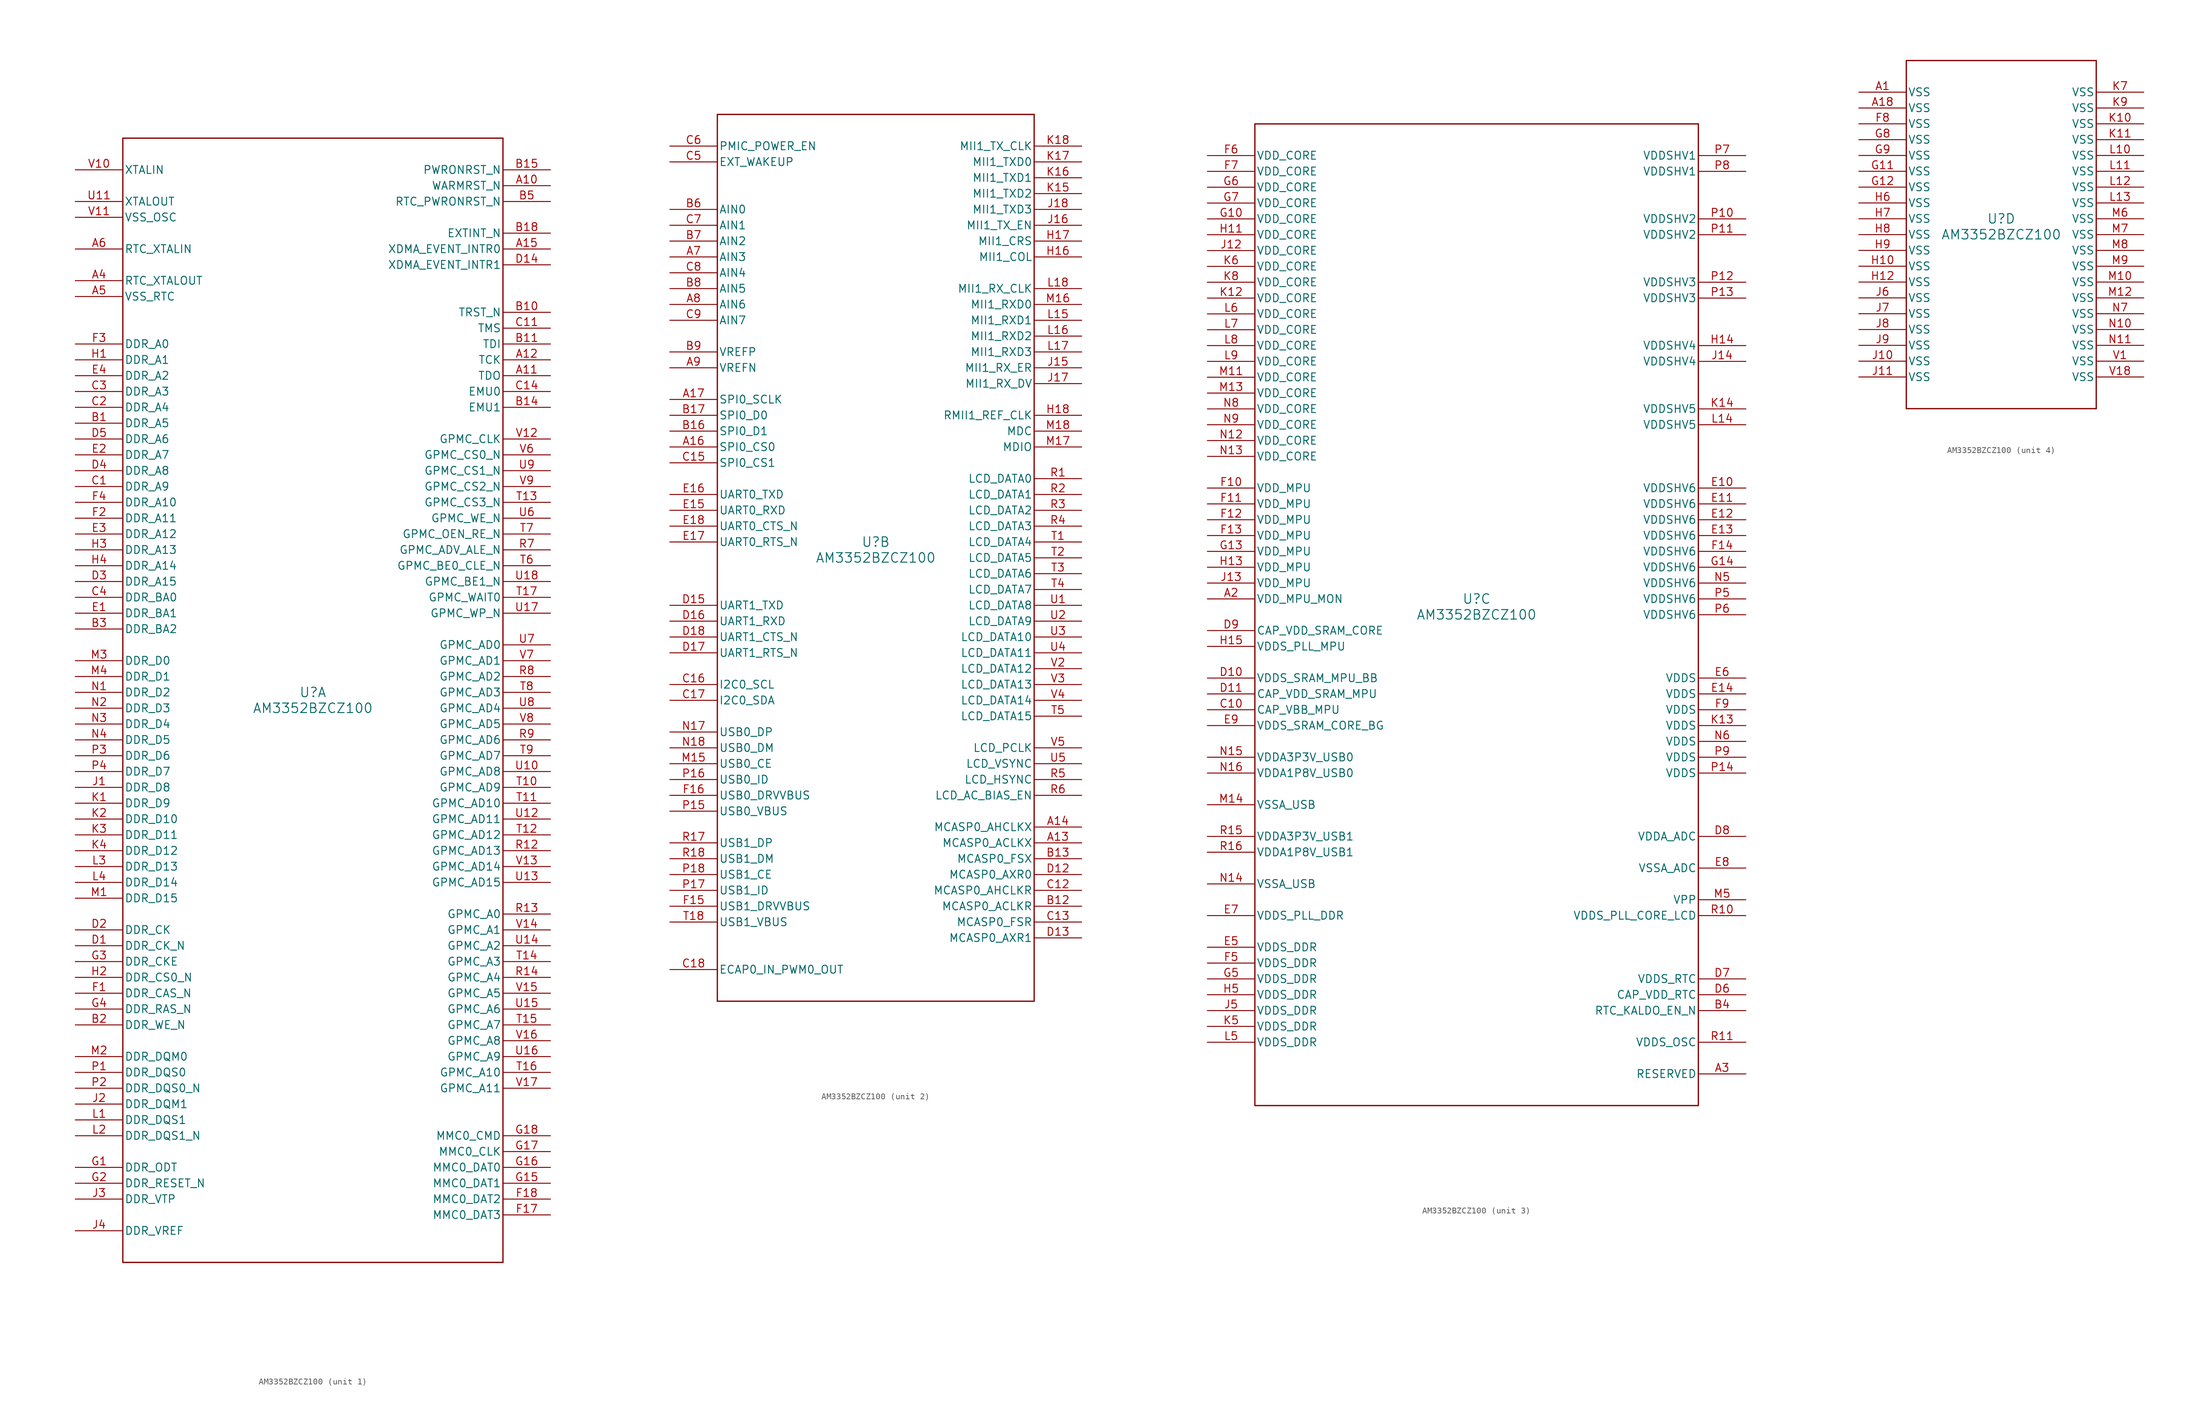
<source format=kicad_sym>
(kicad_symbol_lib
  (version 20241209)
  (generator "kicad_symbol_editor")
  (generator_version "9.0")
  (symbol "AM3352BZCZ100"
    (pin_names
      (offset 0.254))
    (property "Reference" "U"
      (at 0 2.54 0)
      (effects (font (size 1.524 1.524))))
    (property "Value" "AM3352BZCZ100"
      (at 0 0 0)
      (effects (font (size 1.524 1.524))))
    (property "ki_locked" ""
      (at 0 0 0)
      (effects (font (size 1.27 1.27))))
    (symbol "AM3352BZCZ100_1_1"
      (polyline (pts (xy -30.48 91.44) (xy -30.48 -88.9)) (stroke (width 0.203) (type default)) (fill (type none)))
      (polyline (pts (xy -30.48 -88.9) (xy 30.48 -88.9)) (stroke (width 0.203) (type default)) (fill (type none)))
      (polyline (pts (xy 30.48 91.44) (xy -30.48 91.44)) (stroke (width 0.203) (type default)) (fill (type none)))
      (polyline (pts (xy 30.48 -88.9) (xy 30.48 91.44)) (stroke (width 0.203) (type default)) (fill (type none)))
      (pin input line (at -38.1 86.36 0) (length 7.62) (name "XTALIN" (effects (font (size 1.27 1.27)))) (number "V10" (effects (font (size 1.27 1.27)))))
      (pin output line (at -38.1 81.28 0) (length 7.62) (name "XTALOUT" (effects (font (size 1.27 1.27)))) (number "U11" (effects (font (size 1.27 1.27)))))
      (pin power_in line (at -38.1 78.74 0) (length 7.62) (name "VSS_OSC" (effects (font (size 1.27 1.27)))) (number "V11" (effects (font (size 1.27 1.27)))))
      (pin input line (at -38.1 73.66 0) (length 7.62) (name "RTC_XTALIN" (effects (font (size 1.27 1.27)))) (number "A6" (effects (font (size 1.27 1.27)))))
      (pin output line (at -38.1 68.58 0) (length 7.62) (name "RTC_XTALOUT" (effects (font (size 1.27 1.27)))) (number "A4" (effects (font (size 1.27 1.27)))))
      (pin power_in line (at -38.1 66.04 0) (length 7.62) (name "VSS_RTC" (effects (font (size 1.27 1.27)))) (number "A5" (effects (font (size 1.27 1.27)))))
      (pin output line (at -38.1 58.42 0) (length 7.62) (name "DDR_A0" (effects (font (size 1.27 1.27)))) (number "F3" (effects (font (size 1.27 1.27)))))
      (pin output line (at -38.1 55.88 0) (length 7.62) (name "DDR_A1" (effects (font (size 1.27 1.27)))) (number "H1" (effects (font (size 1.27 1.27)))))
      (pin output line (at -38.1 53.34 0) (length 7.62) (name "DDR_A2" (effects (font (size 1.27 1.27)))) (number "E4" (effects (font (size 1.27 1.27)))))
      (pin output line (at -38.1 50.8 0) (length 7.62) (name "DDR_A3" (effects (font (size 1.27 1.27)))) (number "C3" (effects (font (size 1.27 1.27)))))
      (pin output line (at -38.1 48.26 0) (length 7.62) (name "DDR_A4" (effects (font (size 1.27 1.27)))) (number "C2" (effects (font (size 1.27 1.27)))))
      (pin output line (at -38.1 45.72 0) (length 7.62) (name "DDR_A5" (effects (font (size 1.27 1.27)))) (number "B1" (effects (font (size 1.27 1.27)))))
      (pin output line (at -38.1 43.18 0) (length 7.62) (name "DDR_A6" (effects (font (size 1.27 1.27)))) (number "D5" (effects (font (size 1.27 1.27)))))
      (pin output line (at -38.1 40.64 0) (length 7.62) (name "DDR_A7" (effects (font (size 1.27 1.27)))) (number "E2" (effects (font (size 1.27 1.27)))))
      (pin output line (at -38.1 38.1 0) (length 7.62) (name "DDR_A8" (effects (font (size 1.27 1.27)))) (number "D4" (effects (font (size 1.27 1.27)))))
      (pin output line (at -38.1 35.56 0) (length 7.62) (name "DDR_A9" (effects (font (size 1.27 1.27)))) (number "C1" (effects (font (size 1.27 1.27)))))
      (pin output line (at -38.1 33.02 0) (length 7.62) (name "DDR_A10" (effects (font (size 1.27 1.27)))) (number "F4" (effects (font (size 1.27 1.27)))))
      (pin output line (at -38.1 30.48 0) (length 7.62) (name "DDR_A11" (effects (font (size 1.27 1.27)))) (number "F2" (effects (font (size 1.27 1.27)))))
      (pin output line (at -38.1 27.94 0) (length 7.62) (name "DDR_A12" (effects (font (size 1.27 1.27)))) (number "E3" (effects (font (size 1.27 1.27)))))
      (pin output line (at -38.1 25.4 0) (length 7.62) (name "DDR_A13" (effects (font (size 1.27 1.27)))) (number "H3" (effects (font (size 1.27 1.27)))))
      (pin output line (at -38.1 22.86 0) (length 7.62) (name "DDR_A14" (effects (font (size 1.27 1.27)))) (number "H4" (effects (font (size 1.27 1.27)))))
      (pin output line (at -38.1 20.32 0) (length 7.62) (name "DDR_A15" (effects (font (size 1.27 1.27)))) (number "D3" (effects (font (size 1.27 1.27)))))
      (pin output line (at -38.1 17.78 0) (length 7.62) (name "DDR_BA0" (effects (font (size 1.27 1.27)))) (number "C4" (effects (font (size 1.27 1.27)))))
      (pin output line (at -38.1 15.24 0) (length 7.62) (name "DDR_BA1" (effects (font (size 1.27 1.27)))) (number "E1" (effects (font (size 1.27 1.27)))))
      (pin output line (at -38.1 12.7 0) (length 7.62) (name "DDR_BA2" (effects (font (size 1.27 1.27)))) (number "B3" (effects (font (size 1.27 1.27)))))
      (pin bidirectional line (at -38.1 7.62 0) (length 7.62) (name "DDR_D0" (effects (font (size 1.27 1.27)))) (number "M3" (effects (font (size 1.27 1.27)))))
      (pin bidirectional line (at -38.1 5.08 0) (length 7.62) (name "DDR_D1" (effects (font (size 1.27 1.27)))) (number "M4" (effects (font (size 1.27 1.27)))))
      (pin bidirectional line (at -38.1 2.54 0) (length 7.62) (name "DDR_D2" (effects (font (size 1.27 1.27)))) (number "N1" (effects (font (size 1.27 1.27)))))
      (pin bidirectional line (at -38.1 0 0) (length 7.62) (name "DDR_D3" (effects (font (size 1.27 1.27)))) (number "N2" (effects (font (size 1.27 1.27)))))
      (pin bidirectional line (at -38.1 -2.54 0) (length 7.62) (name "DDR_D4" (effects (font (size 1.27 1.27)))) (number "N3" (effects (font (size 1.27 1.27)))))
      (pin bidirectional line (at -38.1 -5.08 0) (length 7.62) (name "DDR_D5" (effects (font (size 1.27 1.27)))) (number "N4" (effects (font (size 1.27 1.27)))))
      (pin bidirectional line (at -38.1 -7.62 0) (length 7.62) (name "DDR_D6" (effects (font (size 1.27 1.27)))) (number "P3" (effects (font (size 1.27 1.27)))))
      (pin bidirectional line (at -38.1 -10.16 0) (length 7.62) (name "DDR_D7" (effects (font (size 1.27 1.27)))) (number "P4" (effects (font (size 1.27 1.27)))))
      (pin bidirectional line (at -38.1 -12.7 0) (length 7.62) (name "DDR_D8" (effects (font (size 1.27 1.27)))) (number "J1" (effects (font (size 1.27 1.27)))))
      (pin bidirectional line (at -38.1 -15.24 0) (length 7.62) (name "DDR_D9" (effects (font (size 1.27 1.27)))) (number "K1" (effects (font (size 1.27 1.27)))))
      (pin bidirectional line (at -38.1 -17.78 0) (length 7.62) (name "DDR_D10" (effects (font (size 1.27 1.27)))) (number "K2" (effects (font (size 1.27 1.27)))))
      (pin bidirectional line (at -38.1 -20.32 0) (length 7.62) (name "DDR_D11" (effects (font (size 1.27 1.27)))) (number "K3" (effects (font (size 1.27 1.27)))))
      (pin bidirectional line (at -38.1 -22.86 0) (length 7.62) (name "DDR_D12" (effects (font (size 1.27 1.27)))) (number "K4" (effects (font (size 1.27 1.27)))))
      (pin bidirectional line (at -38.1 -25.4 0) (length 7.62) (name "DDR_D13" (effects (font (size 1.27 1.27)))) (number "L3" (effects (font (size 1.27 1.27)))))
      (pin bidirectional line (at -38.1 -27.94 0) (length 7.62) (name "DDR_D14" (effects (font (size 1.27 1.27)))) (number "L4" (effects (font (size 1.27 1.27)))))
      (pin bidirectional line (at -38.1 -30.48 0) (length 7.62) (name "DDR_D15" (effects (font (size 1.27 1.27)))) (number "M1" (effects (font (size 1.27 1.27)))))
      (pin output line (at -38.1 -35.56 0) (length 7.62) (name "DDR_CK" (effects (font (size 1.27 1.27)))) (number "D2" (effects (font (size 1.27 1.27)))))
      (pin output line (at -38.1 -38.1 0) (length 7.62) (name "DDR_CK_N" (effects (font (size 1.27 1.27)))) (number "D1" (effects (font (size 1.27 1.27)))))
      (pin output line (at -38.1 -40.64 0) (length 7.62) (name "DDR_CKE" (effects (font (size 1.27 1.27)))) (number "G3" (effects (font (size 1.27 1.27)))))
      (pin output line (at -38.1 -43.18 0) (length 7.62) (name "DDR_CS0_N" (effects (font (size 1.27 1.27)))) (number "H2" (effects (font (size 1.27 1.27)))))
      (pin output line (at -38.1 -45.72 0) (length 7.62) (name "DDR_CAS_N" (effects (font (size 1.27 1.27)))) (number "F1" (effects (font (size 1.27 1.27)))))
      (pin output line (at -38.1 -48.26 0) (length 7.62) (name "DDR_RAS_N" (effects (font (size 1.27 1.27)))) (number "G4" (effects (font (size 1.27 1.27)))))
      (pin output line (at -38.1 -50.8 0) (length 7.62) (name "DDR_WE_N" (effects (font (size 1.27 1.27)))) (number "B2" (effects (font (size 1.27 1.27)))))
      (pin output line (at -38.1 -55.88 0) (length 7.62) (name "DDR_DQM0" (effects (font (size 1.27 1.27)))) (number "M2" (effects (font (size 1.27 1.27)))))
      (pin bidirectional line (at -38.1 -58.42 0) (length 7.62) (name "DDR_DQS0" (effects (font (size 1.27 1.27)))) (number "P1" (effects (font (size 1.27 1.27)))))
      (pin bidirectional line (at -38.1 -60.96 0) (length 7.62) (name "DDR_DQS0_N" (effects (font (size 1.27 1.27)))) (number "P2" (effects (font (size 1.27 1.27)))))
      (pin output line (at -38.1 -63.5 0) (length 7.62) (name "DDR_DQM1" (effects (font (size 1.27 1.27)))) (number "J2" (effects (font (size 1.27 1.27)))))
      (pin bidirectional line (at -38.1 -66.04 0) (length 7.62) (name "DDR_DQS1" (effects (font (size 1.27 1.27)))) (number "L1" (effects (font (size 1.27 1.27)))))
      (pin bidirectional line (at -38.1 -68.58 0) (length 7.62) (name "DDR_DQS1_N" (effects (font (size 1.27 1.27)))) (number "L2" (effects (font (size 1.27 1.27)))))
      (pin output line (at -38.1 -73.66 0) (length 7.62) (name "DDR_ODT" (effects (font (size 1.27 1.27)))) (number "G1" (effects (font (size 1.27 1.27)))))
      (pin output line (at -38.1 -76.2 0) (length 7.62) (name "DDR_RESET_N" (effects (font (size 1.27 1.27)))) (number "G2" (effects (font (size 1.27 1.27)))))
      (pin power_in line (at -38.1 -78.74 0) (length 7.62) (name "DDR_VTP" (effects (font (size 1.27 1.27)))) (number "J3" (effects (font (size 1.27 1.27)))))
      (pin power_in line (at -38.1 -83.82 0) (length 7.62) (name "DDR_VREF" (effects (font (size 1.27 1.27)))) (number "J4" (effects (font (size 1.27 1.27)))))
      (pin input line (at 38.1 86.36 180) (length 7.62) (name "PWRONRST_N" (effects (font (size 1.27 1.27)))) (number "B15" (effects (font (size 1.27 1.27)))))
      (pin bidirectional line (at 38.1 83.82 180) (length 7.62) (name "WARMRST_N" (effects (font (size 1.27 1.27)))) (number "A10" (effects (font (size 1.27 1.27)))))
      (pin input line (at 38.1 81.28 180) (length 7.62) (name "RTC_PWRONRST_N" (effects (font (size 1.27 1.27)))) (number "B5" (effects (font (size 1.27 1.27)))))
      (pin input line (at 38.1 76.2 180) (length 7.62) (name "EXTINT_N" (effects (font (size 1.27 1.27)))) (number "B18" (effects (font (size 1.27 1.27)))))
      (pin input line (at 38.1 73.66 180) (length 7.62) (name "XDMA_EVENT_INTR0" (effects (font (size 1.27 1.27)))) (number "A15" (effects (font (size 1.27 1.27)))))
      (pin input line (at 38.1 71.12 180) (length 7.62) (name "XDMA_EVENT_INTR1" (effects (font (size 1.27 1.27)))) (number "D14" (effects (font (size 1.27 1.27)))))
      (pin input line (at 38.1 63.5 180) (length 7.62) (name "TRST_N" (effects (font (size 1.27 1.27)))) (number "B10" (effects (font (size 1.27 1.27)))))
      (pin input line (at 38.1 60.96 180) (length 7.62) (name "TMS" (effects (font (size 1.27 1.27)))) (number "C11" (effects (font (size 1.27 1.27)))))
      (pin input line (at 38.1 58.42 180) (length 7.62) (name "TDI" (effects (font (size 1.27 1.27)))) (number "B11" (effects (font (size 1.27 1.27)))))
      (pin input line (at 38.1 55.88 180) (length 7.62) (name "TCK" (effects (font (size 1.27 1.27)))) (number "A12" (effects (font (size 1.27 1.27)))))
      (pin output line (at 38.1 53.34 180) (length 7.62) (name "TDO" (effects (font (size 1.27 1.27)))) (number "A11" (effects (font (size 1.27 1.27)))))
      (pin bidirectional line (at 38.1 50.8 180) (length 7.62) (name "EMU0" (effects (font (size 1.27 1.27)))) (number "C14" (effects (font (size 1.27 1.27)))))
      (pin bidirectional line (at 38.1 48.26 180) (length 7.62) (name "EMU1" (effects (font (size 1.27 1.27)))) (number "B14" (effects (font (size 1.27 1.27)))))
      (pin bidirectional line (at 38.1 43.18 180) (length 7.62) (name "GPMC_CLK" (effects (font (size 1.27 1.27)))) (number "V12" (effects (font (size 1.27 1.27)))))
      (pin bidirectional line (at 38.1 40.64 180) (length 7.62) (name "GPMC_CS0_N" (effects (font (size 1.27 1.27)))) (number "V6" (effects (font (size 1.27 1.27)))))
      (pin bidirectional line (at 38.1 38.1 180) (length 7.62) (name "GPMC_CS1_N" (effects (font (size 1.27 1.27)))) (number "U9" (effects (font (size 1.27 1.27)))))
      (pin bidirectional line (at 38.1 35.56 180) (length 7.62) (name "GPMC_CS2_N" (effects (font (size 1.27 1.27)))) (number "V9" (effects (font (size 1.27 1.27)))))
      (pin bidirectional line (at 38.1 33.02 180) (length 7.62) (name "GPMC_CS3_N" (effects (font (size 1.27 1.27)))) (number "T13" (effects (font (size 1.27 1.27)))))
      (pin bidirectional line (at 38.1 30.48 180) (length 7.62) (name "GPMC_WE_N" (effects (font (size 1.27 1.27)))) (number "U6" (effects (font (size 1.27 1.27)))))
      (pin bidirectional line (at 38.1 27.94 180) (length 7.62) (name "GPMC_OEN_RE_N" (effects (font (size 1.27 1.27)))) (number "T7" (effects (font (size 1.27 1.27)))))
      (pin bidirectional line (at 38.1 25.4 180) (length 7.62) (name "GPMC_ADV_ALE_N" (effects (font (size 1.27 1.27)))) (number "R7" (effects (font (size 1.27 1.27)))))
      (pin bidirectional line (at 38.1 22.86 180) (length 7.62) (name "GPMC_BE0_CLE_N" (effects (font (size 1.27 1.27)))) (number "T6" (effects (font (size 1.27 1.27)))))
      (pin bidirectional line (at 38.1 20.32 180) (length 7.62) (name "GPMC_BE1_N" (effects (font (size 1.27 1.27)))) (number "U18" (effects (font (size 1.27 1.27)))))
      (pin bidirectional line (at 38.1 17.78 180) (length 7.62) (name "GPMC_WAIT0" (effects (font (size 1.27 1.27)))) (number "T17" (effects (font (size 1.27 1.27)))))
      (pin bidirectional line (at 38.1 15.24 180) (length 7.62) (name "GPMC_WP_N" (effects (font (size 1.27 1.27)))) (number "U17" (effects (font (size 1.27 1.27)))))
      (pin bidirectional line (at 38.1 10.16 180) (length 7.62) (name "GPMC_AD0" (effects (font (size 1.27 1.27)))) (number "U7" (effects (font (size 1.27 1.27)))))
      (pin bidirectional line (at 38.1 7.62 180) (length 7.62) (name "GPMC_AD1" (effects (font (size 1.27 1.27)))) (number "V7" (effects (font (size 1.27 1.27)))))
      (pin bidirectional line (at 38.1 5.08 180) (length 7.62) (name "GPMC_AD2" (effects (font (size 1.27 1.27)))) (number "R8" (effects (font (size 1.27 1.27)))))
      (pin bidirectional line (at 38.1 2.54 180) (length 7.62) (name "GPMC_AD3" (effects (font (size 1.27 1.27)))) (number "T8" (effects (font (size 1.27 1.27)))))
      (pin bidirectional line (at 38.1 0 180) (length 7.62) (name "GPMC_AD4" (effects (font (size 1.27 1.27)))) (number "U8" (effects (font (size 1.27 1.27)))))
      (pin bidirectional line (at 38.1 -2.54 180) (length 7.62) (name "GPMC_AD5" (effects (font (size 1.27 1.27)))) (number "V8" (effects (font (size 1.27 1.27)))))
      (pin bidirectional line (at 38.1 -5.08 180) (length 7.62) (name "GPMC_AD6" (effects (font (size 1.27 1.27)))) (number "R9" (effects (font (size 1.27 1.27)))))
      (pin bidirectional line (at 38.1 -7.62 180) (length 7.62) (name "GPMC_AD7" (effects (font (size 1.27 1.27)))) (number "T9" (effects (font (size 1.27 1.27)))))
      (pin bidirectional line (at 38.1 -10.16 180) (length 7.62) (name "GPMC_AD8" (effects (font (size 1.27 1.27)))) (number "U10" (effects (font (size 1.27 1.27)))))
      (pin bidirectional line (at 38.1 -12.7 180) (length 7.62) (name "GPMC_AD9" (effects (font (size 1.27 1.27)))) (number "T10" (effects (font (size 1.27 1.27)))))
      (pin bidirectional line (at 38.1 -15.24 180) (length 7.62) (name "GPMC_AD10" (effects (font (size 1.27 1.27)))) (number "T11" (effects (font (size 1.27 1.27)))))
      (pin bidirectional line (at 38.1 -17.78 180) (length 7.62) (name "GPMC_AD11" (effects (font (size 1.27 1.27)))) (number "U12" (effects (font (size 1.27 1.27)))))
      (pin bidirectional line (at 38.1 -20.32 180) (length 7.62) (name "GPMC_AD12" (effects (font (size 1.27 1.27)))) (number "T12" (effects (font (size 1.27 1.27)))))
      (pin bidirectional line (at 38.1 -22.86 180) (length 7.62) (name "GPMC_AD13" (effects (font (size 1.27 1.27)))) (number "R12" (effects (font (size 1.27 1.27)))))
      (pin bidirectional line (at 38.1 -25.4 180) (length 7.62) (name "GPMC_AD14" (effects (font (size 1.27 1.27)))) (number "V13" (effects (font (size 1.27 1.27)))))
      (pin bidirectional line (at 38.1 -27.94 180) (length 7.62) (name "GPMC_AD15" (effects (font (size 1.27 1.27)))) (number "U13" (effects (font (size 1.27 1.27)))))
      (pin bidirectional line (at 38.1 -33.02 180) (length 7.62) (name "GPMC_A0" (effects (font (size 1.27 1.27)))) (number "R13" (effects (font (size 1.27 1.27)))))
      (pin bidirectional line (at 38.1 -35.56 180) (length 7.62) (name "GPMC_A1" (effects (font (size 1.27 1.27)))) (number "V14" (effects (font (size 1.27 1.27)))))
      (pin bidirectional line (at 38.1 -38.1 180) (length 7.62) (name "GPMC_A2" (effects (font (size 1.27 1.27)))) (number "U14" (effects (font (size 1.27 1.27)))))
      (pin bidirectional line (at 38.1 -40.64 180) (length 7.62) (name "GPMC_A3" (effects (font (size 1.27 1.27)))) (number "T14" (effects (font (size 1.27 1.27)))))
      (pin bidirectional line (at 38.1 -43.18 180) (length 7.62) (name "GPMC_A4" (effects (font (size 1.27 1.27)))) (number "R14" (effects (font (size 1.27 1.27)))))
      (pin bidirectional line (at 38.1 -45.72 180) (length 7.62) (name "GPMC_A5" (effects (font (size 1.27 1.27)))) (number "V15" (effects (font (size 1.27 1.27)))))
      (pin bidirectional line (at 38.1 -48.26 180) (length 7.62) (name "GPMC_A6" (effects (font (size 1.27 1.27)))) (number "U15" (effects (font (size 1.27 1.27)))))
      (pin bidirectional line (at 38.1 -50.8 180) (length 7.62) (name "GPMC_A7" (effects (font (size 1.27 1.27)))) (number "T15" (effects (font (size 1.27 1.27)))))
      (pin bidirectional line (at 38.1 -53.34 180) (length 7.62) (name "GPMC_A8" (effects (font (size 1.27 1.27)))) (number "V16" (effects (font (size 1.27 1.27)))))
      (pin bidirectional line (at 38.1 -55.88 180) (length 7.62) (name "GPMC_A9" (effects (font (size 1.27 1.27)))) (number "U16" (effects (font (size 1.27 1.27)))))
      (pin bidirectional line (at 38.1 -58.42 180) (length 7.62) (name "GPMC_A10" (effects (font (size 1.27 1.27)))) (number "T16" (effects (font (size 1.27 1.27)))))
      (pin bidirectional line (at 38.1 -60.96 180) (length 7.62) (name "GPMC_A11" (effects (font (size 1.27 1.27)))) (number "V17" (effects (font (size 1.27 1.27)))))
      (pin bidirectional line (at 38.1 -68.58 180) (length 7.62) (name "MMC0_CMD" (effects (font (size 1.27 1.27)))) (number "G18" (effects (font (size 1.27 1.27)))))
      (pin bidirectional line (at 38.1 -71.12 180) (length 7.62) (name "MMC0_CLK" (effects (font (size 1.27 1.27)))) (number "G17" (effects (font (size 1.27 1.27)))))
      (pin bidirectional line (at 38.1 -73.66 180) (length 7.62) (name "MMC0_DAT0" (effects (font (size 1.27 1.27)))) (number "G16" (effects (font (size 1.27 1.27)))))
      (pin bidirectional line (at 38.1 -76.2 180) (length 7.62) (name "MMC0_DAT1" (effects (font (size 1.27 1.27)))) (number "G15" (effects (font (size 1.27 1.27)))))
      (pin bidirectional line (at 38.1 -78.74 180) (length 7.62) (name "MMC0_DAT2" (effects (font (size 1.27 1.27)))) (number "F18" (effects (font (size 1.27 1.27)))))
      (pin bidirectional line (at 38.1 -81.28 180) (length 7.62) (name "MMC0_DAT3" (effects (font (size 1.27 1.27)))) (number "F17" (effects (font (size 1.27 1.27))))))
    (symbol "AM3352BZCZ100_2_1"
      (polyline (pts (xy -25.4 71.12) (xy -25.4 -71.12)) (stroke (width 0.203) (type default)) (fill (type none)))
      (polyline (pts (xy -25.4 -71.12) (xy 25.4 -71.12)) (stroke (width 0.203) (type default)) (fill (type none)))
      (polyline (pts (xy 25.4 71.12) (xy -25.4 71.12)) (stroke (width 0.203) (type default)) (fill (type none)))
      (polyline (pts (xy 25.4 -71.12) (xy 25.4 71.12)) (stroke (width 0.203) (type default)) (fill (type none)))
      (pin output line (at -33.02 66.04 0) (length 7.62) (name "PMIC_POWER_EN" (effects (font (size 1.27 1.27)))) (number "C6" (effects (font (size 1.27 1.27)))))
      (pin input line (at -33.02 63.5 0) (length 7.62) (name "EXT_WAKEUP" (effects (font (size 1.27 1.27)))) (number "C5" (effects (font (size 1.27 1.27)))))
      (pin bidirectional line (at -33.02 55.88 0) (length 7.62) (name "AIN0" (effects (font (size 1.27 1.27)))) (number "B6" (effects (font (size 1.27 1.27)))))
      (pin bidirectional line (at -33.02 53.34 0) (length 7.62) (name "AIN1" (effects (font (size 1.27 1.27)))) (number "C7" (effects (font (size 1.27 1.27)))))
      (pin bidirectional line (at -33.02 50.8 0) (length 7.62) (name "AIN2" (effects (font (size 1.27 1.27)))) (number "B7" (effects (font (size 1.27 1.27)))))
      (pin bidirectional line (at -33.02 48.26 0) (length 7.62) (name "AIN3" (effects (font (size 1.27 1.27)))) (number "A7" (effects (font (size 1.27 1.27)))))
      (pin bidirectional line (at -33.02 45.72 0) (length 7.62) (name "AIN4" (effects (font (size 1.27 1.27)))) (number "C8" (effects (font (size 1.27 1.27)))))
      (pin input line (at -33.02 43.18 0) (length 7.62) (name "AIN5" (effects (font (size 1.27 1.27)))) (number "B8" (effects (font (size 1.27 1.27)))))
      (pin input line (at -33.02 40.64 0) (length 7.62) (name "AIN6" (effects (font (size 1.27 1.27)))) (number "A8" (effects (font (size 1.27 1.27)))))
      (pin input line (at -33.02 38.1 0) (length 7.62) (name "AIN7" (effects (font (size 1.27 1.27)))) (number "C9" (effects (font (size 1.27 1.27)))))
      (pin power_in line (at -33.02 33.02 0) (length 7.62) (name "VREFP" (effects (font (size 1.27 1.27)))) (number "B9" (effects (font (size 1.27 1.27)))))
      (pin power_in line (at -33.02 30.48 0) (length 7.62) (name "VREFN" (effects (font (size 1.27 1.27)))) (number "A9" (effects (font (size 1.27 1.27)))))
      (pin bidirectional line (at -33.02 25.4 0) (length 7.62) (name "SPI0_SCLK" (effects (font (size 1.27 1.27)))) (number "A17" (effects (font (size 1.27 1.27)))))
      (pin bidirectional line (at -33.02 22.86 0) (length 7.62) (name "SPI0_D0" (effects (font (size 1.27 1.27)))) (number "B17" (effects (font (size 1.27 1.27)))))
      (pin bidirectional line (at -33.02 20.32 0) (length 7.62) (name "SPI0_D1" (effects (font (size 1.27 1.27)))) (number "B16" (effects (font (size 1.27 1.27)))))
      (pin bidirectional line (at -33.02 17.78 0) (length 7.62) (name "SPI0_CS0" (effects (font (size 1.27 1.27)))) (number "A16" (effects (font (size 1.27 1.27)))))
      (pin bidirectional line (at -33.02 15.24 0) (length 7.62) (name "SPI0_CS1" (effects (font (size 1.27 1.27)))) (number "C15" (effects (font (size 1.27 1.27)))))
      (pin bidirectional line (at -33.02 10.16 0) (length 7.62) (name "UART0_TXD" (effects (font (size 1.27 1.27)))) (number "E16" (effects (font (size 1.27 1.27)))))
      (pin bidirectional line (at -33.02 7.62 0) (length 7.62) (name "UART0_RXD" (effects (font (size 1.27 1.27)))) (number "E15" (effects (font (size 1.27 1.27)))))
      (pin bidirectional line (at -33.02 5.08 0) (length 7.62) (name "UART0_CTS_N" (effects (font (size 1.27 1.27)))) (number "E18" (effects (font (size 1.27 1.27)))))
      (pin bidirectional line (at -33.02 2.54 0) (length 7.62) (name "UART0_RTS_N" (effects (font (size 1.27 1.27)))) (number "E17" (effects (font (size 1.27 1.27)))))
      (pin bidirectional line (at -33.02 -7.62 0) (length 7.62) (name "UART1_TXD" (effects (font (size 1.27 1.27)))) (number "D15" (effects (font (size 1.27 1.27)))))
      (pin bidirectional line (at -33.02 -10.16 0) (length 7.62) (name "UART1_RXD" (effects (font (size 1.27 1.27)))) (number "D16" (effects (font (size 1.27 1.27)))))
      (pin bidirectional line (at -33.02 -12.7 0) (length 7.62) (name "UART1_CTS_N" (effects (font (size 1.27 1.27)))) (number "D18" (effects (font (size 1.27 1.27)))))
      (pin bidirectional line (at -33.02 -15.24 0) (length 7.62) (name "UART1_RTS_N" (effects (font (size 1.27 1.27)))) (number "D17" (effects (font (size 1.27 1.27)))))
      (pin bidirectional line (at -33.02 -20.32 0) (length 7.62) (name "I2C0_SCL" (effects (font (size 1.27 1.27)))) (number "C16" (effects (font (size 1.27 1.27)))))
      (pin bidirectional line (at -33.02 -22.86 0) (length 7.62) (name "I2C0_SDA" (effects (font (size 1.27 1.27)))) (number "C17" (effects (font (size 1.27 1.27)))))
      (pin output line (at -33.02 -27.94 0) (length 7.62) (name "USB0_DP" (effects (font (size 1.27 1.27)))) (number "N17" (effects (font (size 1.27 1.27)))))
      (pin output line (at -33.02 -30.48 0) (length 7.62) (name "USB0_DM" (effects (font (size 1.27 1.27)))) (number "N18" (effects (font (size 1.27 1.27)))))
      (pin output line (at -33.02 -33.02 0) (length 7.62) (name "USB0_CE" (effects (font (size 1.27 1.27)))) (number "M15" (effects (font (size 1.27 1.27)))))
      (pin input line (at -33.02 -35.56 0) (length 7.62) (name "USB0_ID" (effects (font (size 1.27 1.27)))) (number "P16" (effects (font (size 1.27 1.27)))))
      (pin bidirectional line (at -33.02 -38.1 0) (length 7.62) (name "USB0_DRVVBUS" (effects (font (size 1.27 1.27)))) (number "F16" (effects (font (size 1.27 1.27)))))
      (pin power_in line (at -33.02 -40.64 0) (length 7.62) (name "USB0_VBUS" (effects (font (size 1.27 1.27)))) (number "P15" (effects (font (size 1.27 1.27)))))
      (pin output line (at -33.02 -45.72 0) (length 7.62) (name "USB1_DP" (effects (font (size 1.27 1.27)))) (number "R17" (effects (font (size 1.27 1.27)))))
      (pin output line (at -33.02 -48.26 0) (length 7.62) (name "USB1_DM" (effects (font (size 1.27 1.27)))) (number "R18" (effects (font (size 1.27 1.27)))))
      (pin output line (at -33.02 -50.8 0) (length 7.62) (name "USB1_CE" (effects (font (size 1.27 1.27)))) (number "P18" (effects (font (size 1.27 1.27)))))
      (pin input line (at -33.02 -53.34 0) (length 7.62) (name "USB1_ID" (effects (font (size 1.27 1.27)))) (number "P17" (effects (font (size 1.27 1.27)))))
      (pin bidirectional line (at -33.02 -55.88 0) (length 7.62) (name "USB1_DRVVBUS" (effects (font (size 1.27 1.27)))) (number "F15" (effects (font (size 1.27 1.27)))))
      (pin power_in line (at -33.02 -58.42 0) (length 7.62) (name "USB1_VBUS" (effects (font (size 1.27 1.27)))) (number "T18" (effects (font (size 1.27 1.27)))))
      (pin bidirectional line (at -33.02 -66.04 0) (length 7.62) (name "ECAP0_IN_PWM0_OUT" (effects (font (size 1.27 1.27)))) (number "C18" (effects (font (size 1.27 1.27)))))
      (pin bidirectional line (at 33.02 66.04 180) (length 7.62) (name "MII1_TX_CLK" (effects (font (size 1.27 1.27)))) (number "K18" (effects (font (size 1.27 1.27)))))
      (pin bidirectional line (at 33.02 63.5 180) (length 7.62) (name "MII1_TXD0" (effects (font (size 1.27 1.27)))) (number "K17" (effects (font (size 1.27 1.27)))))
      (pin bidirectional line (at 33.02 60.96 180) (length 7.62) (name "MII1_TXD1" (effects (font (size 1.27 1.27)))) (number "K16" (effects (font (size 1.27 1.27)))))
      (pin bidirectional line (at 33.02 58.42 180) (length 7.62) (name "MII1_TXD2" (effects (font (size 1.27 1.27)))) (number "K15" (effects (font (size 1.27 1.27)))))
      (pin bidirectional line (at 33.02 55.88 180) (length 7.62) (name "MII1_TXD3" (effects (font (size 1.27 1.27)))) (number "J18" (effects (font (size 1.27 1.27)))))
      (pin bidirectional line (at 33.02 53.34 180) (length 7.62) (name "MII1_TX_EN" (effects (font (size 1.27 1.27)))) (number "J16" (effects (font (size 1.27 1.27)))))
      (pin bidirectional line (at 33.02 50.8 180) (length 7.62) (name "MII1_CRS" (effects (font (size 1.27 1.27)))) (number "H17" (effects (font (size 1.27 1.27)))))
      (pin bidirectional line (at 33.02 48.26 180) (length 7.62) (name "MII1_COL" (effects (font (size 1.27 1.27)))) (number "H16" (effects (font (size 1.27 1.27)))))
      (pin bidirectional line (at 33.02 43.18 180) (length 7.62) (name "MII1_RX_CLK" (effects (font (size 1.27 1.27)))) (number "L18" (effects (font (size 1.27 1.27)))))
      (pin bidirectional line (at 33.02 40.64 180) (length 7.62) (name "MII1_RXD0" (effects (font (size 1.27 1.27)))) (number "M16" (effects (font (size 1.27 1.27)))))
      (pin bidirectional line (at 33.02 38.1 180) (length 7.62) (name "MII1_RXD1" (effects (font (size 1.27 1.27)))) (number "L15" (effects (font (size 1.27 1.27)))))
      (pin bidirectional line (at 33.02 35.56 180) (length 7.62) (name "MII1_RXD2" (effects (font (size 1.27 1.27)))) (number "L16" (effects (font (size 1.27 1.27)))))
      (pin bidirectional line (at 33.02 33.02 180) (length 7.62) (name "MII1_RXD3" (effects (font (size 1.27 1.27)))) (number "L17" (effects (font (size 1.27 1.27)))))
      (pin bidirectional line (at 33.02 30.48 180) (length 7.62) (name "MII1_RX_ER" (effects (font (size 1.27 1.27)))) (number "J15" (effects (font (size 1.27 1.27)))))
      (pin bidirectional line (at 33.02 27.94 180) (length 7.62) (name "MII1_RX_DV" (effects (font (size 1.27 1.27)))) (number "J17" (effects (font (size 1.27 1.27)))))
      (pin bidirectional line (at 33.02 22.86 180) (length 7.62) (name "RMII1_REF_CLK" (effects (font (size 1.27 1.27)))) (number "H18" (effects (font (size 1.27 1.27)))))
      (pin bidirectional line (at 33.02 20.32 180) (length 7.62) (name "MDC" (effects (font (size 1.27 1.27)))) (number "M18" (effects (font (size 1.27 1.27)))))
      (pin bidirectional line (at 33.02 17.78 180) (length 7.62) (name "MDIO" (effects (font (size 1.27 1.27)))) (number "M17" (effects (font (size 1.27 1.27)))))
      (pin bidirectional line (at 33.02 12.7 180) (length 7.62) (name "LCD_DATA0" (effects (font (size 1.27 1.27)))) (number "R1" (effects (font (size 1.27 1.27)))))
      (pin bidirectional line (at 33.02 10.16 180) (length 7.62) (name "LCD_DATA1" (effects (font (size 1.27 1.27)))) (number "R2" (effects (font (size 1.27 1.27)))))
      (pin bidirectional line (at 33.02 7.62 180) (length 7.62) (name "LCD_DATA2" (effects (font (size 1.27 1.27)))) (number "R3" (effects (font (size 1.27 1.27)))))
      (pin bidirectional line (at 33.02 5.08 180) (length 7.62) (name "LCD_DATA3" (effects (font (size 1.27 1.27)))) (number "R4" (effects (font (size 1.27 1.27)))))
      (pin bidirectional line (at 33.02 2.54 180) (length 7.62) (name "LCD_DATA4" (effects (font (size 1.27 1.27)))) (number "T1" (effects (font (size 1.27 1.27)))))
      (pin bidirectional line (at 33.02 0 180) (length 7.62) (name "LCD_DATA5" (effects (font (size 1.27 1.27)))) (number "T2" (effects (font (size 1.27 1.27)))))
      (pin bidirectional line (at 33.02 -2.54 180) (length 7.62) (name "LCD_DATA6" (effects (font (size 1.27 1.27)))) (number "T3" (effects (font (size 1.27 1.27)))))
      (pin bidirectional line (at 33.02 -5.08 180) (length 7.62) (name "LCD_DATA7" (effects (font (size 1.27 1.27)))) (number "T4" (effects (font (size 1.27 1.27)))))
      (pin bidirectional line (at 33.02 -7.62 180) (length 7.62) (name "LCD_DATA8" (effects (font (size 1.27 1.27)))) (number "U1" (effects (font (size 1.27 1.27)))))
      (pin bidirectional line (at 33.02 -10.16 180) (length 7.62) (name "LCD_DATA9" (effects (font (size 1.27 1.27)))) (number "U2" (effects (font (size 1.27 1.27)))))
      (pin bidirectional line (at 33.02 -12.7 180) (length 7.62) (name "LCD_DATA10" (effects (font (size 1.27 1.27)))) (number "U3" (effects (font (size 1.27 1.27)))))
      (pin bidirectional line (at 33.02 -15.24 180) (length 7.62) (name "LCD_DATA11" (effects (font (size 1.27 1.27)))) (number "U4" (effects (font (size 1.27 1.27)))))
      (pin bidirectional line (at 33.02 -17.78 180) (length 7.62) (name "LCD_DATA12" (effects (font (size 1.27 1.27)))) (number "V2" (effects (font (size 1.27 1.27)))))
      (pin bidirectional line (at 33.02 -20.32 180) (length 7.62) (name "LCD_DATA13" (effects (font (size 1.27 1.27)))) (number "V3" (effects (font (size 1.27 1.27)))))
      (pin bidirectional line (at 33.02 -22.86 180) (length 7.62) (name "LCD_DATA14" (effects (font (size 1.27 1.27)))) (number "V4" (effects (font (size 1.27 1.27)))))
      (pin bidirectional line (at 33.02 -25.4 180) (length 7.62) (name "LCD_DATA15" (effects (font (size 1.27 1.27)))) (number "T5" (effects (font (size 1.27 1.27)))))
      (pin bidirectional line (at 33.02 -30.48 180) (length 7.62) (name "LCD_PCLK" (effects (font (size 1.27 1.27)))) (number "V5" (effects (font (size 1.27 1.27)))))
      (pin bidirectional line (at 33.02 -33.02 180) (length 7.62) (name "LCD_VSYNC" (effects (font (size 1.27 1.27)))) (number "U5" (effects (font (size 1.27 1.27)))))
      (pin bidirectional line (at 33.02 -35.56 180) (length 7.62) (name "LCD_HSYNC" (effects (font (size 1.27 1.27)))) (number "R5" (effects (font (size 1.27 1.27)))))
      (pin bidirectional line (at 33.02 -38.1 180) (length 7.62) (name "LCD_AC_BIAS_EN" (effects (font (size 1.27 1.27)))) (number "R6" (effects (font (size 1.27 1.27)))))
      (pin bidirectional line (at 33.02 -43.18 180) (length 7.62) (name "MCASP0_AHCLKX" (effects (font (size 1.27 1.27)))) (number "A14" (effects (font (size 1.27 1.27)))))
      (pin bidirectional line (at 33.02 -45.72 180) (length 7.62) (name "MCASP0_ACLKX" (effects (font (size 1.27 1.27)))) (number "A13" (effects (font (size 1.27 1.27)))))
      (pin bidirectional line (at 33.02 -48.26 180) (length 7.62) (name "MCASP0_FSX" (effects (font (size 1.27 1.27)))) (number "B13" (effects (font (size 1.27 1.27)))))
      (pin bidirectional line (at 33.02 -50.8 180) (length 7.62) (name "MCASP0_AXR0" (effects (font (size 1.27 1.27)))) (number "D12" (effects (font (size 1.27 1.27)))))
      (pin bidirectional line (at 33.02 -53.34 180) (length 7.62) (name "MCASP0_AHCLKR" (effects (font (size 1.27 1.27)))) (number "C12" (effects (font (size 1.27 1.27)))))
      (pin bidirectional line (at 33.02 -55.88 180) (length 7.62) (name "MCASP0_ACLKR" (effects (font (size 1.27 1.27)))) (number "B12" (effects (font (size 1.27 1.27)))))
      (pin bidirectional line (at 33.02 -58.42 180) (length 7.62) (name "MCASP0_FSR" (effects (font (size 1.27 1.27)))) (number "C13" (effects (font (size 1.27 1.27)))))
      (pin bidirectional line (at 33.02 -60.96 180) (length 7.62) (name "MCASP0_AXR1" (effects (font (size 1.27 1.27)))) (number "D13" (effects (font (size 1.27 1.27))))))
    (symbol "AM3352BZCZ100_3_1"
      (polyline (pts (xy -35.56 78.74) (xy -35.56 -78.74)) (stroke (width 0.203) (type default)) (fill (type none)))
      (polyline (pts (xy -35.56 -78.74) (xy 35.56 -78.74)) (stroke (width 0.203) (type default)) (fill (type none)))
      (polyline (pts (xy 35.56 78.74) (xy -35.56 78.74)) (stroke (width 0.203) (type default)) (fill (type none)))
      (polyline (pts (xy 35.56 -78.74) (xy 35.56 78.74)) (stroke (width 0.203) (type default)) (fill (type none)))
      (pin power_in line (at -43.18 73.66 0) (length 7.62) (name "VDD_CORE" (effects (font (size 1.27 1.27)))) (number "F6" (effects (font (size 1.27 1.27)))))
      (pin power_in line (at -43.18 71.12 0) (length 7.62) (name "VDD_CORE" (effects (font (size 1.27 1.27)))) (number "F7" (effects (font (size 1.27 1.27)))))
      (pin power_in line (at -43.18 68.58 0) (length 7.62) (name "VDD_CORE" (effects (font (size 1.27 1.27)))) (number "G6" (effects (font (size 1.27 1.27)))))
      (pin power_in line (at -43.18 66.04 0) (length 7.62) (name "VDD_CORE" (effects (font (size 1.27 1.27)))) (number "G7" (effects (font (size 1.27 1.27)))))
      (pin power_in line (at -43.18 63.5 0) (length 7.62) (name "VDD_CORE" (effects (font (size 1.27 1.27)))) (number "G10" (effects (font (size 1.27 1.27)))))
      (pin power_in line (at -43.18 60.96 0) (length 7.62) (name "VDD_CORE" (effects (font (size 1.27 1.27)))) (number "H11" (effects (font (size 1.27 1.27)))))
      (pin power_in line (at -43.18 58.42 0) (length 7.62) (name "VDD_CORE" (effects (font (size 1.27 1.27)))) (number "J12" (effects (font (size 1.27 1.27)))))
      (pin power_in line (at -43.18 55.88 0) (length 7.62) (name "VDD_CORE" (effects (font (size 1.27 1.27)))) (number "K6" (effects (font (size 1.27 1.27)))))
      (pin power_in line (at -43.18 53.34 0) (length 7.62) (name "VDD_CORE" (effects (font (size 1.27 1.27)))) (number "K8" (effects (font (size 1.27 1.27)))))
      (pin power_in line (at -43.18 50.8 0) (length 7.62) (name "VDD_CORE" (effects (font (size 1.27 1.27)))) (number "K12" (effects (font (size 1.27 1.27)))))
      (pin power_in line (at -43.18 48.26 0) (length 7.62) (name "VDD_CORE" (effects (font (size 1.27 1.27)))) (number "L6" (effects (font (size 1.27 1.27)))))
      (pin power_in line (at -43.18 45.72 0) (length 7.62) (name "VDD_CORE" (effects (font (size 1.27 1.27)))) (number "L7" (effects (font (size 1.27 1.27)))))
      (pin power_in line (at -43.18 43.18 0) (length 7.62) (name "VDD_CORE" (effects (font (size 1.27 1.27)))) (number "L8" (effects (font (size 1.27 1.27)))))
      (pin power_in line (at -43.18 40.64 0) (length 7.62) (name "VDD_CORE" (effects (font (size 1.27 1.27)))) (number "L9" (effects (font (size 1.27 1.27)))))
      (pin power_in line (at -43.18 38.1 0) (length 7.62) (name "VDD_CORE" (effects (font (size 1.27 1.27)))) (number "M11" (effects (font (size 1.27 1.27)))))
      (pin power_in line (at -43.18 35.56 0) (length 7.62) (name "VDD_CORE" (effects (font (size 1.27 1.27)))) (number "M13" (effects (font (size 1.27 1.27)))))
      (pin power_in line (at -43.18 33.02 0) (length 7.62) (name "VDD_CORE" (effects (font (size 1.27 1.27)))) (number "N8" (effects (font (size 1.27 1.27)))))
      (pin power_in line (at -43.18 30.48 0) (length 7.62) (name "VDD_CORE" (effects (font (size 1.27 1.27)))) (number "N9" (effects (font (size 1.27 1.27)))))
      (pin power_in line (at -43.18 27.94 0) (length 7.62) (name "VDD_CORE" (effects (font (size 1.27 1.27)))) (number "N12" (effects (font (size 1.27 1.27)))))
      (pin power_in line (at -43.18 25.4 0) (length 7.62) (name "VDD_CORE" (effects (font (size 1.27 1.27)))) (number "N13" (effects (font (size 1.27 1.27)))))
      (pin power_in line (at -43.18 20.32 0) (length 7.62) (name "VDD_MPU" (effects (font (size 1.27 1.27)))) (number "F10" (effects (font (size 1.27 1.27)))))
      (pin power_in line (at -43.18 17.78 0) (length 7.62) (name "VDD_MPU" (effects (font (size 1.27 1.27)))) (number "F11" (effects (font (size 1.27 1.27)))))
      (pin power_in line (at -43.18 15.24 0) (length 7.62) (name "VDD_MPU" (effects (font (size 1.27 1.27)))) (number "F12" (effects (font (size 1.27 1.27)))))
      (pin power_in line (at -43.18 12.7 0) (length 7.62) (name "VDD_MPU" (effects (font (size 1.27 1.27)))) (number "F13" (effects (font (size 1.27 1.27)))))
      (pin power_in line (at -43.18 10.16 0) (length 7.62) (name "VDD_MPU" (effects (font (size 1.27 1.27)))) (number "G13" (effects (font (size 1.27 1.27)))))
      (pin power_in line (at -43.18 7.62 0) (length 7.62) (name "VDD_MPU" (effects (font (size 1.27 1.27)))) (number "H13" (effects (font (size 1.27 1.27)))))
      (pin power_in line (at -43.18 5.08 0) (length 7.62) (name "VDD_MPU" (effects (font (size 1.27 1.27)))) (number "J13" (effects (font (size 1.27 1.27)))))
      (pin power_in line (at -43.18 2.54 0) (length 7.62) (name "VDD_MPU_MON" (effects (font (size 1.27 1.27)))) (number "A2" (effects (font (size 1.27 1.27)))))
      (pin unspecified line (at -43.18 -2.54 0) (length 7.62) (name "CAP_VDD_SRAM_CORE" (effects (font (size 1.27 1.27)))) (number "D9" (effects (font (size 1.27 1.27)))))
      (pin power_in line (at -43.18 -5.08 0) (length 7.62) (name "VDDS_PLL_MPU" (effects (font (size 1.27 1.27)))) (number "H15" (effects (font (size 1.27 1.27)))))
      (pin power_in line (at -43.18 -10.16 0) (length 7.62) (name "VDDS_SRAM_MPU_BB" (effects (font (size 1.27 1.27)))) (number "D10" (effects (font (size 1.27 1.27)))))
      (pin unspecified line (at -43.18 -12.7 0) (length 7.62) (name "CAP_VDD_SRAM_MPU" (effects (font (size 1.27 1.27)))) (number "D11" (effects (font (size 1.27 1.27)))))
      (pin unspecified line (at -43.18 -15.24 0) (length 7.62) (name "CAP_VBB_MPU" (effects (font (size 1.27 1.27)))) (number "C10" (effects (font (size 1.27 1.27)))))
      (pin power_in line (at -43.18 -17.78 0) (length 7.62) (name "VDDS_SRAM_CORE_BG" (effects (font (size 1.27 1.27)))) (number "E9" (effects (font (size 1.27 1.27)))))
      (pin power_in line (at -43.18 -22.86 0) (length 7.62) (name "VDDA3P3V_USB0" (effects (font (size 1.27 1.27)))) (number "N15" (effects (font (size 1.27 1.27)))))
      (pin power_in line (at -43.18 -25.4 0) (length 7.62) (name "VDDA1P8V_USB0" (effects (font (size 1.27 1.27)))) (number "N16" (effects (font (size 1.27 1.27)))))
      (pin power_in line (at -43.18 -30.48 0) (length 7.62) (name "VSSA_USB" (effects (font (size 1.27 1.27)))) (number "M14" (effects (font (size 1.27 1.27)))))
      (pin power_in line (at -43.18 -35.56 0) (length 7.62) (name "VDDA3P3V_USB1" (effects (font (size 1.27 1.27)))) (number "R15" (effects (font (size 1.27 1.27)))))
      (pin power_in line (at -43.18 -38.1 0) (length 7.62) (name "VDDA1P8V_USB1" (effects (font (size 1.27 1.27)))) (number "R16" (effects (font (size 1.27 1.27)))))
      (pin power_in line (at -43.18 -43.18 0) (length 7.62) (name "VSSA_USB" (effects (font (size 1.27 1.27)))) (number "N14" (effects (font (size 1.27 1.27)))))
      (pin power_in line (at -43.18 -48.26 0) (length 7.62) (name "VDDS_PLL_DDR" (effects (font (size 1.27 1.27)))) (number "E7" (effects (font (size 1.27 1.27)))))
      (pin power_in line (at -43.18 -53.34 0) (length 7.62) (name "VDDS_DDR" (effects (font (size 1.27 1.27)))) (number "E5" (effects (font (size 1.27 1.27)))))
      (pin power_in line (at -43.18 -55.88 0) (length 7.62) (name "VDDS_DDR" (effects (font (size 1.27 1.27)))) (number "F5" (effects (font (size 1.27 1.27)))))
      (pin power_in line (at -43.18 -58.42 0) (length 7.62) (name "VDDS_DDR" (effects (font (size 1.27 1.27)))) (number "G5" (effects (font (size 1.27 1.27)))))
      (pin power_in line (at -43.18 -60.96 0) (length 7.62) (name "VDDS_DDR" (effects (font (size 1.27 1.27)))) (number "H5" (effects (font (size 1.27 1.27)))))
      (pin power_in line (at -43.18 -63.5 0) (length 7.62) (name "VDDS_DDR" (effects (font (size 1.27 1.27)))) (number "J5" (effects (font (size 1.27 1.27)))))
      (pin power_in line (at -43.18 -66.04 0) (length 7.62) (name "VDDS_DDR" (effects (font (size 1.27 1.27)))) (number "K5" (effects (font (size 1.27 1.27)))))
      (pin power_in line (at -43.18 -68.58 0) (length 7.62) (name "VDDS_DDR" (effects (font (size 1.27 1.27)))) (number "L5" (effects (font (size 1.27 1.27)))))
      (pin power_in line (at 43.18 73.66 180) (length 7.62) (name "VDDSHV1" (effects (font (size 1.27 1.27)))) (number "P7" (effects (font (size 1.27 1.27)))))
      (pin power_in line (at 43.18 71.12 180) (length 7.62) (name "VDDSHV1" (effects (font (size 1.27 1.27)))) (number "P8" (effects (font (size 1.27 1.27)))))
      (pin power_in line (at 43.18 63.5 180) (length 7.62) (name "VDDSHV2" (effects (font (size 1.27 1.27)))) (number "P10" (effects (font (size 1.27 1.27)))))
      (pin power_in line (at 43.18 60.96 180) (length 7.62) (name "VDDSHV2" (effects (font (size 1.27 1.27)))) (number "P11" (effects (font (size 1.27 1.27)))))
      (pin power_in line (at 43.18 53.34 180) (length 7.62) (name "VDDSHV3" (effects (font (size 1.27 1.27)))) (number "P12" (effects (font (size 1.27 1.27)))))
      (pin power_in line (at 43.18 50.8 180) (length 7.62) (name "VDDSHV3" (effects (font (size 1.27 1.27)))) (number "P13" (effects (font (size 1.27 1.27)))))
      (pin power_in line (at 43.18 43.18 180) (length 7.62) (name "VDDSHV4" (effects (font (size 1.27 1.27)))) (number "H14" (effects (font (size 1.27 1.27)))))
      (pin power_in line (at 43.18 40.64 180) (length 7.62) (name "VDDSHV4" (effects (font (size 1.27 1.27)))) (number "J14" (effects (font (size 1.27 1.27)))))
      (pin power_in line (at 43.18 33.02 180) (length 7.62) (name "VDDSHV5" (effects (font (size 1.27 1.27)))) (number "K14" (effects (font (size 1.27 1.27)))))
      (pin power_in line (at 43.18 30.48 180) (length 7.62) (name "VDDSHV5" (effects (font (size 1.27 1.27)))) (number "L14" (effects (font (size 1.27 1.27)))))
      (pin power_in line (at 43.18 20.32 180) (length 7.62) (name "VDDSHV6" (effects (font (size 1.27 1.27)))) (number "E10" (effects (font (size 1.27 1.27)))))
      (pin power_in line (at 43.18 17.78 180) (length 7.62) (name "VDDSHV6" (effects (font (size 1.27 1.27)))) (number "E11" (effects (font (size 1.27 1.27)))))
      (pin power_in line (at 43.18 15.24 180) (length 7.62) (name "VDDSHV6" (effects (font (size 1.27 1.27)))) (number "E12" (effects (font (size 1.27 1.27)))))
      (pin power_in line (at 43.18 12.7 180) (length 7.62) (name "VDDSHV6" (effects (font (size 1.27 1.27)))) (number "E13" (effects (font (size 1.27 1.27)))))
      (pin power_in line (at 43.18 10.16 180) (length 7.62) (name "VDDSHV6" (effects (font (size 1.27 1.27)))) (number "F14" (effects (font (size 1.27 1.27)))))
      (pin power_in line (at 43.18 7.62 180) (length 7.62) (name "VDDSHV6" (effects (font (size 1.27 1.27)))) (number "G14" (effects (font (size 1.27 1.27)))))
      (pin power_in line (at 43.18 5.08 180) (length 7.62) (name "VDDSHV6" (effects (font (size 1.27 1.27)))) (number "N5" (effects (font (size 1.27 1.27)))))
      (pin power_in line (at 43.18 2.54 180) (length 7.62) (name "VDDSHV6" (effects (font (size 1.27 1.27)))) (number "P5" (effects (font (size 1.27 1.27)))))
      (pin power_in line (at 43.18 0 180) (length 7.62) (name "VDDSHV6" (effects (font (size 1.27 1.27)))) (number "P6" (effects (font (size 1.27 1.27)))))
      (pin power_in line (at 43.18 -10.16 180) (length 7.62) (name "VDDS" (effects (font (size 1.27 1.27)))) (number "E6" (effects (font (size 1.27 1.27)))))
      (pin power_in line (at 43.18 -12.7 180) (length 7.62) (name "VDDS" (effects (font (size 1.27 1.27)))) (number "E14" (effects (font (size 1.27 1.27)))))
      (pin power_in line (at 43.18 -15.24 180) (length 7.62) (name "VDDS" (effects (font (size 1.27 1.27)))) (number "F9" (effects (font (size 1.27 1.27)))))
      (pin power_in line (at 43.18 -17.78 180) (length 7.62) (name "VDDS" (effects (font (size 1.27 1.27)))) (number "K13" (effects (font (size 1.27 1.27)))))
      (pin power_in line (at 43.18 -20.32 180) (length 7.62) (name "VDDS" (effects (font (size 1.27 1.27)))) (number "N6" (effects (font (size 1.27 1.27)))))
      (pin power_in line (at 43.18 -22.86 180) (length 7.62) (name "VDDS" (effects (font (size 1.27 1.27)))) (number "P9" (effects (font (size 1.27 1.27)))))
      (pin power_in line (at 43.18 -25.4 180) (length 7.62) (name "VDDS" (effects (font (size 1.27 1.27)))) (number "P14" (effects (font (size 1.27 1.27)))))
      (pin power_in line (at 43.18 -35.56 180) (length 7.62) (name "VDDA_ADC" (effects (font (size 1.27 1.27)))) (number "D8" (effects (font (size 1.27 1.27)))))
      (pin power_in line (at 43.18 -40.64 180) (length 7.62) (name "VSSA_ADC" (effects (font (size 1.27 1.27)))) (number "E8" (effects (font (size 1.27 1.27)))))
      (pin power_in line (at 43.18 -45.72 180) (length 7.62) (name "VPP" (effects (font (size 1.27 1.27)))) (number "M5" (effects (font (size 1.27 1.27)))))
      (pin power_in line (at 43.18 -48.26 180) (length 7.62) (name "VDDS_PLL_CORE_LCD" (effects (font (size 1.27 1.27)))) (number "R10" (effects (font (size 1.27 1.27)))))
      (pin power_in line (at 43.18 -58.42 180) (length 7.62) (name "VDDS_RTC" (effects (font (size 1.27 1.27)))) (number "D7" (effects (font (size 1.27 1.27)))))
      (pin unspecified line (at 43.18 -60.96 180) (length 7.62) (name "CAP_VDD_RTC" (effects (font (size 1.27 1.27)))) (number "D6" (effects (font (size 1.27 1.27)))))
      (pin input line (at 43.18 -63.5 180) (length 7.62) (name "RTC_KALDO_EN_N" (effects (font (size 1.27 1.27)))) (number "B4" (effects (font (size 1.27 1.27)))))
      (pin power_in line (at 43.18 -68.58 180) (length 7.62) (name "VDDS_OSC" (effects (font (size 1.27 1.27)))) (number "R11" (effects (font (size 1.27 1.27)))))
      (pin unspecified line (at 43.18 -73.66 180) (length 7.62) (name "RESERVED" (effects (font (size 1.27 1.27)))) (number "A3" (effects (font (size 1.27 1.27))))))
    (symbol "AM3352BZCZ100_4_1"
      (polyline (pts (xy -15.24 27.94) (xy -15.24 -27.94)) (stroke (width 0.203) (type default)) (fill (type none)))
      (polyline (pts (xy -15.24 -27.94) (xy 15.24 -27.94)) (stroke (width 0.203) (type default)) (fill (type none)))
      (polyline (pts (xy 15.24 27.94) (xy -15.24 27.94)) (stroke (width 0.203) (type default)) (fill (type none)))
      (polyline (pts (xy 15.24 -27.94) (xy 15.24 27.94)) (stroke (width 0.203) (type default)) (fill (type none)))
      (pin power_in line (at -22.86 22.86 0) (length 7.62) (name "VSS" (effects (font (size 1.27 1.27)))) (number "A1" (effects (font (size 1.27 1.27)))))
      (pin power_in line (at -22.86 20.32 0) (length 7.62) (name "VSS" (effects (font (size 1.27 1.27)))) (number "A18" (effects (font (size 1.27 1.27)))))
      (pin power_in line (at -22.86 17.78 0) (length 7.62) (name "VSS" (effects (font (size 1.27 1.27)))) (number "F8" (effects (font (size 1.27 1.27)))))
      (pin power_in line (at -22.86 15.24 0) (length 7.62) (name "VSS" (effects (font (size 1.27 1.27)))) (number "G8" (effects (font (size 1.27 1.27)))))
      (pin power_in line (at -22.86 12.7 0) (length 7.62) (name "VSS" (effects (font (size 1.27 1.27)))) (number "G9" (effects (font (size 1.27 1.27)))))
      (pin power_in line (at -22.86 10.16 0) (length 7.62) (name "VSS" (effects (font (size 1.27 1.27)))) (number "G11" (effects (font (size 1.27 1.27)))))
      (pin power_in line (at -22.86 7.62 0) (length 7.62) (name "VSS" (effects (font (size 1.27 1.27)))) (number "G12" (effects (font (size 1.27 1.27)))))
      (pin power_in line (at -22.86 5.08 0) (length 7.62) (name "VSS" (effects (font (size 1.27 1.27)))) (number "H6" (effects (font (size 1.27 1.27)))))
      (pin power_in line (at -22.86 2.54 0) (length 7.62) (name "VSS" (effects (font (size 1.27 1.27)))) (number "H7" (effects (font (size 1.27 1.27)))))
      (pin power_in line (at -22.86 0 0) (length 7.62) (name "VSS" (effects (font (size 1.27 1.27)))) (number "H8" (effects (font (size 1.27 1.27)))))
      (pin power_in line (at -22.86 -2.54 0) (length 7.62) (name "VSS" (effects (font (size 1.27 1.27)))) (number "H9" (effects (font (size 1.27 1.27)))))
      (pin power_in line (at -22.86 -5.08 0) (length 7.62) (name "VSS" (effects (font (size 1.27 1.27)))) (number "H10" (effects (font (size 1.27 1.27)))))
      (pin power_in line (at -22.86 -7.62 0) (length 7.62) (name "VSS" (effects (font (size 1.27 1.27)))) (number "H12" (effects (font (size 1.27 1.27)))))
      (pin power_in line (at -22.86 -10.16 0) (length 7.62) (name "VSS" (effects (font (size 1.27 1.27)))) (number "J6" (effects (font (size 1.27 1.27)))))
      (pin power_in line (at -22.86 -12.7 0) (length 7.62) (name "VSS" (effects (font (size 1.27 1.27)))) (number "J7" (effects (font (size 1.27 1.27)))))
      (pin power_in line (at -22.86 -15.24 0) (length 7.62) (name "VSS" (effects (font (size 1.27 1.27)))) (number "J8" (effects (font (size 1.27 1.27)))))
      (pin power_in line (at -22.86 -17.78 0) (length 7.62) (name "VSS" (effects (font (size 1.27 1.27)))) (number "J9" (effects (font (size 1.27 1.27)))))
      (pin power_in line (at -22.86 -20.32 0) (length 7.62) (name "VSS" (effects (font (size 1.27 1.27)))) (number "J10" (effects (font (size 1.27 1.27)))))
      (pin power_in line (at -22.86 -22.86 0) (length 7.62) (name "VSS" (effects (font (size 1.27 1.27)))) (number "J11" (effects (font (size 1.27 1.27)))))
      (pin power_in line (at 22.86 22.86 180) (length 7.62) (name "VSS" (effects (font (size 1.27 1.27)))) (number "K7" (effects (font (size 1.27 1.27)))))
      (pin power_in line (at 22.86 20.32 180) (length 7.62) (name "VSS" (effects (font (size 1.27 1.27)))) (number "K9" (effects (font (size 1.27 1.27)))))
      (pin power_in line (at 22.86 17.78 180) (length 7.62) (name "VSS" (effects (font (size 1.27 1.27)))) (number "K10" (effects (font (size 1.27 1.27)))))
      (pin power_in line (at 22.86 15.24 180) (length 7.62) (name "VSS" (effects (font (size 1.27 1.27)))) (number "K11" (effects (font (size 1.27 1.27)))))
      (pin power_in line (at 22.86 12.7 180) (length 7.62) (name "VSS" (effects (font (size 1.27 1.27)))) (number "L10" (effects (font (size 1.27 1.27)))))
      (pin power_in line (at 22.86 10.16 180) (length 7.62) (name "VSS" (effects (font (size 1.27 1.27)))) (number "L11" (effects (font (size 1.27 1.27)))))
      (pin power_in line (at 22.86 7.62 180) (length 7.62) (name "VSS" (effects (font (size 1.27 1.27)))) (number "L12" (effects (font (size 1.27 1.27)))))
      (pin power_in line (at 22.86 5.08 180) (length 7.62) (name "VSS" (effects (font (size 1.27 1.27)))) (number "L13" (effects (font (size 1.27 1.27)))))
      (pin power_in line (at 22.86 2.54 180) (length 7.62) (name "VSS" (effects (font (size 1.27 1.27)))) (number "M6" (effects (font (size 1.27 1.27)))))
      (pin power_in line (at 22.86 0 180) (length 7.62) (name "VSS" (effects (font (size 1.27 1.27)))) (number "M7" (effects (font (size 1.27 1.27)))))
      (pin power_in line (at 22.86 -2.54 180) (length 7.62) (name "VSS" (effects (font (size 1.27 1.27)))) (number "M8" (effects (font (size 1.27 1.27)))))
      (pin power_in line (at 22.86 -5.08 180) (length 7.62) (name "VSS" (effects (font (size 1.27 1.27)))) (number "M9" (effects (font (size 1.27 1.27)))))
      (pin power_in line (at 22.86 -7.62 180) (length 7.62) (name "VSS" (effects (font (size 1.27 1.27)))) (number "M10" (effects (font (size 1.27 1.27)))))
      (pin power_in line (at 22.86 -10.16 180) (length 7.62) (name "VSS" (effects (font (size 1.27 1.27)))) (number "M12" (effects (font (size 1.27 1.27)))))
      (pin power_in line (at 22.86 -12.7 180) (length 7.62) (name "VSS" (effects (font (size 1.27 1.27)))) (number "N7" (effects (font (size 1.27 1.27)))))
      (pin power_in line (at 22.86 -15.24 180) (length 7.62) (name "VSS" (effects (font (size 1.27 1.27)))) (number "N10" (effects (font (size 1.27 1.27)))))
      (pin power_in line (at 22.86 -17.78 180) (length 7.62) (name "VSS" (effects (font (size 1.27 1.27)))) (number "N11" (effects (font (size 1.27 1.27)))))
      (pin power_in line (at 22.86 -20.32 180) (length 7.62) (name "VSS" (effects (font (size 1.27 1.27)))) (number "V1" (effects (font (size 1.27 1.27)))))
      (pin power_in line (at 22.86 -22.86 180) (length 7.62) (name "VSS" (effects (font (size 1.27 1.27)))) (number "V18" (effects (font (size 1.27 1.27))))))))
</source>
